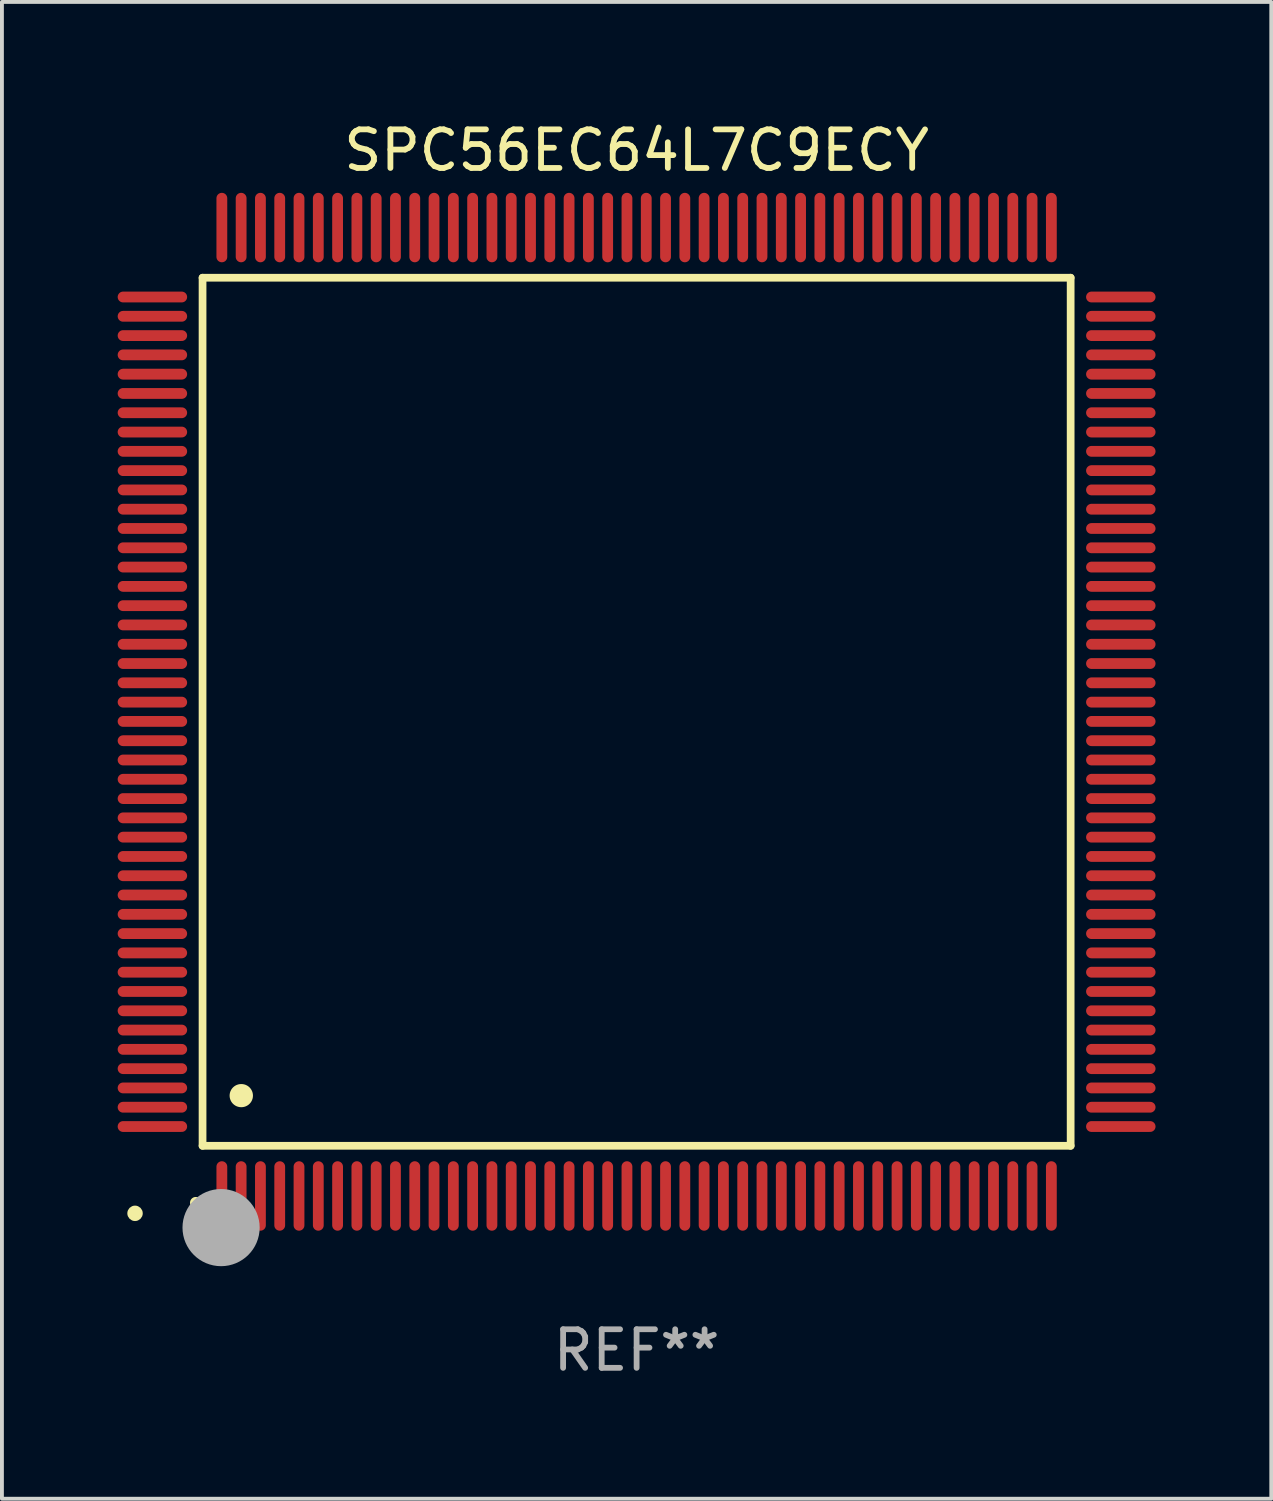
<source format=kicad_pcb>
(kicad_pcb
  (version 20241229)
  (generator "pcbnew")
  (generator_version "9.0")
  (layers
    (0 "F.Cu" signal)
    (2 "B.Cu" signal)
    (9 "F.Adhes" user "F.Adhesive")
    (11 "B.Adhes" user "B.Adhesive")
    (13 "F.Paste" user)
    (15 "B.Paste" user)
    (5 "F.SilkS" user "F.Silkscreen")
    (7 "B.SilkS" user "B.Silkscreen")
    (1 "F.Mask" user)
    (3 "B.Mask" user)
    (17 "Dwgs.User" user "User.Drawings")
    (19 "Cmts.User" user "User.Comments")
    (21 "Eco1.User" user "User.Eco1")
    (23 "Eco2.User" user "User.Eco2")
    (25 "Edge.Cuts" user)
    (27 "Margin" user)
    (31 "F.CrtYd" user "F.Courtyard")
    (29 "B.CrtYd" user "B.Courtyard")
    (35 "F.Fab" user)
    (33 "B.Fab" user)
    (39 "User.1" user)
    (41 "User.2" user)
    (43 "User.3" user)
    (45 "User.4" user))
  (footprint "SPC56EC64L7C9ECY"
    (layer "F.Cu")
    (at 13.45 15.398)
    (property "Reference" "SPC56EC64L7C9ECY" (at 0 -14.55 0) (layer "F.SilkS") (effects (font (size 1 1) (thickness 0.15))))
    (attr through_hole)
    (fp_line (start -11.25 -11.25) (end 11.25 -11.25) (stroke (width 0.2) (type solid)) (layer "F.SilkS"))
    (fp_line (start -11.25 11.25) (end -11.25 -11.25) (stroke (width 0.2) (type solid)) (layer "F.SilkS"))
    (fp_line (start 11.25 -11.25) (end 11.25 11.25) (stroke (width 0.2) (type solid)) (layer "F.SilkS"))
    (fp_line (start 11.25 11.25) (end -11.25 11.25) (stroke (width 0.2) (type solid)) (layer "F.SilkS"))
    (fp_arc (start -11.424943 12.725425) (mid -11.423673 12.72542) (end -11.422403 12.725425) (stroke (width 0.3) (type solid)) (layer "F.SilkS"))
    (fp_arc (start -10.24892 9.9492) (mid -10.24638 9.949189) (end -10.24384 9.9492) (stroke (width 0.6) (type solid)) (layer "F.SilkS"))
    (fp_circle (center -13 13) (end -12.9 13) (stroke (width 0.2) (type solid)) (fill no) (layer "F.SilkS"))
    (fp_circle (center -10.77 13.37) (end -10.27 13.37) (stroke (width 1) (type solid)) (fill no) (layer "F.Fab"))
    (fp_text user "REF**" (at 0 16.55 0) (layer "F.Fab") (effects (font (size 1 1) (thickness 0.15))))
    (pad "1" smd oval (at -10.75 12.55) (size 0.28 1.8) (layers "F.Cu" "F.Mask" "F.Paste"))
    (pad "2" smd oval (at -10.25 12.55) (size 0.28 1.8) (layers "F.Cu" "F.Mask" "F.Paste"))
    (pad "3" smd oval (at -9.75 12.55) (size 0.28 1.8) (layers "F.Cu" "F.Mask" "F.Paste"))
    (pad "4" smd oval (at -9.25 12.55) (size 0.28 1.8) (layers "F.Cu" "F.Mask" "F.Paste"))
    (pad "5" smd oval (at -8.75 12.55) (size 0.28 1.8) (layers "F.Cu" "F.Mask" "F.Paste"))
    (pad "6" smd oval (at -8.25 12.55) (size 0.28 1.8) (layers "F.Cu" "F.Mask" "F.Paste"))
    (pad "7" smd oval (at -7.75 12.55) (size 0.28 1.8) (layers "F.Cu" "F.Mask" "F.Paste"))
    (pad "8" smd oval (at -7.25 12.55) (size 0.28 1.8) (layers "F.Cu" "F.Mask" "F.Paste"))
    (pad "9" smd oval (at -6.75 12.55) (size 0.28 1.8) (layers "F.Cu" "F.Mask" "F.Paste"))
    (pad "10" smd oval (at -6.25 12.55) (size 0.28 1.8) (layers "F.Cu" "F.Mask" "F.Paste"))
    (pad "11" smd oval (at -5.75 12.55) (size 0.28 1.8) (layers "F.Cu" "F.Mask" "F.Paste"))
    (pad "12" smd oval (at -5.25 12.55) (size 0.28 1.8) (layers "F.Cu" "F.Mask" "F.Paste"))
    (pad "13" smd oval (at -4.75 12.55) (size 0.28 1.8) (layers "F.Cu" "F.Mask" "F.Paste"))
    (pad "14" smd oval (at -4.25 12.55) (size 0.28 1.8) (layers "F.Cu" "F.Mask" "F.Paste"))
    (pad "15" smd oval (at -3.75 12.55) (size 0.28 1.8) (layers "F.Cu" "F.Mask" "F.Paste"))
    (pad "16" smd oval (at -3.25 12.55) (size 0.28 1.8) (layers "F.Cu" "F.Mask" "F.Paste"))
    (pad "17" smd oval (at -2.75 12.55) (size 0.28 1.8) (layers "F.Cu" "F.Mask" "F.Paste"))
    (pad "18" smd oval (at -2.25 12.55) (size 0.28 1.8) (layers "F.Cu" "F.Mask" "F.Paste"))
    (pad "19" smd oval (at -1.75 12.55) (size 0.28 1.8) (layers "F.Cu" "F.Mask" "F.Paste"))
    (pad "20" smd oval (at -1.25 12.55) (size 0.28 1.8) (layers "F.Cu" "F.Mask" "F.Paste"))
    (pad "21" smd oval (at -0.75 12.55) (size 0.28 1.8) (layers "F.Cu" "F.Mask" "F.Paste"))
    (pad "22" smd oval (at -0.25 12.55) (size 0.28 1.8) (layers "F.Cu" "F.Mask" "F.Paste"))
    (pad "23" smd oval (at 0.25 12.55) (size 0.28 1.8) (layers "F.Cu" "F.Mask" "F.Paste"))
    (pad "24" smd oval (at 0.75 12.55) (size 0.28 1.8) (layers "F.Cu" "F.Mask" "F.Paste"))
    (pad "25" smd oval (at 1.25 12.55) (size 0.28 1.8) (layers "F.Cu" "F.Mask" "F.Paste"))
    (pad "26" smd oval (at 1.75 12.55) (size 0.28 1.8) (layers "F.Cu" "F.Mask" "F.Paste"))
    (pad "27" smd oval (at 2.25 12.55) (size 0.28 1.8) (layers "F.Cu" "F.Mask" "F.Paste"))
    (pad "28" smd oval (at 2.75 12.55) (size 0.28 1.8) (layers "F.Cu" "F.Mask" "F.Paste"))
    (pad "29" smd oval (at 3.25 12.55) (size 0.28 1.8) (layers "F.Cu" "F.Mask" "F.Paste"))
    (pad "30" smd oval (at 3.75 12.55) (size 0.28 1.8) (layers "F.Cu" "F.Mask" "F.Paste"))
    (pad "31" smd oval (at 4.25 12.55) (size 0.28 1.8) (layers "F.Cu" "F.Mask" "F.Paste"))
    (pad "32" smd oval (at 4.75 12.55) (size 0.28 1.8) (layers "F.Cu" "F.Mask" "F.Paste"))
    (pad "33" smd oval (at 5.25 12.55) (size 0.28 1.8) (layers "F.Cu" "F.Mask" "F.Paste"))
    (pad "34" smd oval (at 5.75 12.55) (size 0.28 1.8) (layers "F.Cu" "F.Mask" "F.Paste"))
    (pad "35" smd oval (at 6.25 12.55) (size 0.28 1.8) (layers "F.Cu" "F.Mask" "F.Paste"))
    (pad "36" smd oval (at 6.75 12.55) (size 0.28 1.8) (layers "F.Cu" "F.Mask" "F.Paste"))
    (pad "37" smd oval (at 7.25 12.55) (size 0.28 1.8) (layers "F.Cu" "F.Mask" "F.Paste"))
    (pad "38" smd oval (at 7.75 12.55) (size 0.28 1.8) (layers "F.Cu" "F.Mask" "F.Paste"))
    (pad "39" smd oval (at 8.25 12.55) (size 0.28 1.8) (layers "F.Cu" "F.Mask" "F.Paste"))
    (pad "40" smd oval (at 8.75 12.55) (size 0.28 1.8) (layers "F.Cu" "F.Mask" "F.Paste"))
    (pad "41" smd oval (at 9.25 12.55) (size 0.28 1.8) (layers "F.Cu" "F.Mask" "F.Paste"))
    (pad "42" smd oval (at 9.75 12.55) (size 0.28 1.8) (layers "F.Cu" "F.Mask" "F.Paste"))
    (pad "43" smd oval (at 10.25 12.55) (size 0.28 1.8) (layers "F.Cu" "F.Mask" "F.Paste"))
    (pad "44" smd oval (at 10.75 12.55) (size 0.28 1.8) (layers "F.Cu" "F.Mask" "F.Paste"))
    (pad "45" smd oval (at 12.55 10.75) (size 1.8 0.28) (layers "F.Cu" "F.Mask" "F.Paste"))
    (pad "46" smd oval (at 12.55 10.25) (size 1.8 0.28) (layers "F.Cu" "F.Mask" "F.Paste"))
    (pad "47" smd oval (at 12.55 9.75) (size 1.8 0.28) (layers "F.Cu" "F.Mask" "F.Paste"))
    (pad "48" smd oval (at 12.55 9.25) (size 1.8 0.28) (layers "F.Cu" "F.Mask" "F.Paste"))
    (pad "49" smd oval (at 12.55 8.75) (size 1.8 0.28) (layers "F.Cu" "F.Mask" "F.Paste"))
    (pad "50" smd oval (at 12.55 8.25) (size 1.8 0.28) (layers "F.Cu" "F.Mask" "F.Paste"))
    (pad "51" smd oval (at 12.55 7.75) (size 1.8 0.28) (layers "F.Cu" "F.Mask" "F.Paste"))
    (pad "52" smd oval (at 12.55 7.25) (size 1.8 0.28) (layers "F.Cu" "F.Mask" "F.Paste"))
    (pad "53" smd oval (at 12.55 6.75) (size 1.8 0.28) (layers "F.Cu" "F.Mask" "F.Paste"))
    (pad "54" smd oval (at 12.55 6.25) (size 1.8 0.28) (layers "F.Cu" "F.Mask" "F.Paste"))
    (pad "55" smd oval (at 12.55 5.75) (size 1.8 0.28) (layers "F.Cu" "F.Mask" "F.Paste"))
    (pad "56" smd oval (at 12.55 5.25) (size 1.8 0.28) (layers "F.Cu" "F.Mask" "F.Paste"))
    (pad "57" smd oval (at 12.55 4.75) (size 1.8 0.28) (layers "F.Cu" "F.Mask" "F.Paste"))
    (pad "58" smd oval (at 12.55 4.25) (size 1.8 0.28) (layers "F.Cu" "F.Mask" "F.Paste"))
    (pad "59" smd oval (at 12.55 3.75) (size 1.8 0.28) (layers "F.Cu" "F.Mask" "F.Paste"))
    (pad "60" smd oval (at 12.55 3.25) (size 1.8 0.28) (layers "F.Cu" "F.Mask" "F.Paste"))
    (pad "61" smd oval (at 12.55 2.75) (size 1.8 0.28) (layers "F.Cu" "F.Mask" "F.Paste"))
    (pad "62" smd oval (at 12.55 2.25) (size 1.8 0.28) (layers "F.Cu" "F.Mask" "F.Paste"))
    (pad "63" smd oval (at 12.55 1.75) (size 1.8 0.28) (layers "F.Cu" "F.Mask" "F.Paste"))
    (pad "64" smd oval (at 12.55 1.25) (size 1.8 0.28) (layers "F.Cu" "F.Mask" "F.Paste"))
    (pad "65" smd oval (at 12.55 0.75) (size 1.8 0.28) (layers "F.Cu" "F.Mask" "F.Paste"))
    (pad "66" smd oval (at 12.55 0.25) (size 1.8 0.28) (layers "F.Cu" "F.Mask" "F.Paste"))
    (pad "67" smd oval (at 12.55 -0.25) (size 1.8 0.28) (layers "F.Cu" "F.Mask" "F.Paste"))
    (pad "68" smd oval (at 12.55 -0.75) (size 1.8 0.28) (layers "F.Cu" "F.Mask" "F.Paste"))
    (pad "69" smd oval (at 12.55 -1.25) (size 1.8 0.28) (layers "F.Cu" "F.Mask" "F.Paste"))
    (pad "70" smd oval (at 12.55 -1.75) (size 1.8 0.28) (layers "F.Cu" "F.Mask" "F.Paste"))
    (pad "71" smd oval (at 12.55 -2.25) (size 1.8 0.28) (layers "F.Cu" "F.Mask" "F.Paste"))
    (pad "72" smd oval (at 12.55 -2.75) (size 1.8 0.28) (layers "F.Cu" "F.Mask" "F.Paste"))
    (pad "73" smd oval (at 12.55 -3.25) (size 1.8 0.28) (layers "F.Cu" "F.Mask" "F.Paste"))
    (pad "74" smd oval (at 12.55 -3.75) (size 1.8 0.28) (layers "F.Cu" "F.Mask" "F.Paste"))
    (pad "75" smd oval (at 12.55 -4.25) (size 1.8 0.28) (layers "F.Cu" "F.Mask" "F.Paste"))
    (pad "76" smd oval (at 12.55 -4.75) (size 1.8 0.28) (layers "F.Cu" "F.Mask" "F.Paste"))
    (pad "77" smd oval (at 12.55 -5.25) (size 1.8 0.28) (layers "F.Cu" "F.Mask" "F.Paste"))
    (pad "78" smd oval (at 12.55 -5.75) (size 1.8 0.28) (layers "F.Cu" "F.Mask" "F.Paste"))
    (pad "79" smd oval (at 12.55 -6.25) (size 1.8 0.28) (layers "F.Cu" "F.Mask" "F.Paste"))
    (pad "80" smd oval (at 12.55 -6.75) (size 1.8 0.28) (layers "F.Cu" "F.Mask" "F.Paste"))
    (pad "81" smd oval (at 12.55 -7.25) (size 1.8 0.28) (layers "F.Cu" "F.Mask" "F.Paste"))
    (pad "82" smd oval (at 12.55 -7.75) (size 1.8 0.28) (layers "F.Cu" "F.Mask" "F.Paste"))
    (pad "83" smd oval (at 12.55 -8.25) (size 1.8 0.28) (layers "F.Cu" "F.Mask" "F.Paste"))
    (pad "84" smd oval (at 12.55 -8.75) (size 1.8 0.28) (layers "F.Cu" "F.Mask" "F.Paste"))
    (pad "85" smd oval (at 12.55 -9.25) (size 1.8 0.28) (layers "F.Cu" "F.Mask" "F.Paste"))
    (pad "86" smd oval (at 12.55 -9.75) (size 1.8 0.28) (layers "F.Cu" "F.Mask" "F.Paste"))
    (pad "87" smd oval (at 12.55 -10.25) (size 1.8 0.28) (layers "F.Cu" "F.Mask" "F.Paste"))
    (pad "88" smd oval (at 12.55 -10.75) (size 1.8 0.28) (layers "F.Cu" "F.Mask" "F.Paste"))
    (pad "89" smd oval (at 10.75 -12.55) (size 0.28 1.8) (layers "F.Cu" "F.Mask" "F.Paste"))
    (pad "90" smd oval (at 10.25 -12.55) (size 0.28 1.8) (layers "F.Cu" "F.Mask" "F.Paste"))
    (pad "91" smd oval (at 9.75 -12.55) (size 0.28 1.8) (layers "F.Cu" "F.Mask" "F.Paste"))
    (pad "92" smd oval (at 9.25 -12.55) (size 0.28 1.8) (layers "F.Cu" "F.Mask" "F.Paste"))
    (pad "93" smd oval (at 8.75 -12.55) (size 0.28 1.8) (layers "F.Cu" "F.Mask" "F.Paste"))
    (pad "94" smd oval (at 8.25 -12.55) (size 0.28 1.8) (layers "F.Cu" "F.Mask" "F.Paste"))
    (pad "95" smd oval (at 7.75 -12.55) (size 0.28 1.8) (layers "F.Cu" "F.Mask" "F.Paste"))
    (pad "96" smd oval (at 7.25 -12.55) (size 0.28 1.8) (layers "F.Cu" "F.Mask" "F.Paste"))
    (pad "97" smd oval (at 6.75 -12.55) (size 0.28 1.8) (layers "F.Cu" "F.Mask" "F.Paste"))
    (pad "98" smd oval (at 6.25 -12.55) (size 0.28 1.8) (layers "F.Cu" "F.Mask" "F.Paste"))
    (pad "99" smd oval (at 5.75 -12.55) (size 0.28 1.8) (layers "F.Cu" "F.Mask" "F.Paste"))
    (pad "100" smd oval (at 5.25 -12.55) (size 0.28 1.8) (layers "F.Cu" "F.Mask" "F.Paste"))
    (pad "101" smd oval (at 4.75 -12.55) (size 0.28 1.8) (layers "F.Cu" "F.Mask" "F.Paste"))
    (pad "102" smd oval (at 4.25 -12.55) (size 0.28 1.8) (layers "F.Cu" "F.Mask" "F.Paste"))
    (pad "103" smd oval (at 3.75 -12.55) (size 0.28 1.8) (layers "F.Cu" "F.Mask" "F.Paste"))
    (pad "104" smd oval (at 3.25 -12.55) (size 0.28 1.8) (layers "F.Cu" "F.Mask" "F.Paste"))
    (pad "105" smd oval (at 2.75 -12.55) (size 0.28 1.8) (layers "F.Cu" "F.Mask" "F.Paste"))
    (pad "106" smd oval (at 2.25 -12.55) (size 0.28 1.8) (layers "F.Cu" "F.Mask" "F.Paste"))
    (pad "107" smd oval (at 1.75 -12.55) (size 0.28 1.8) (layers "F.Cu" "F.Mask" "F.Paste"))
    (pad "108" smd oval (at 1.25 -12.55) (size 0.28 1.8) (layers "F.Cu" "F.Mask" "F.Paste"))
    (pad "109" smd oval (at 0.75 -12.55) (size 0.28 1.8) (layers "F.Cu" "F.Mask" "F.Paste"))
    (pad "110" smd oval (at 0.25 -12.55) (size 0.28 1.8) (layers "F.Cu" "F.Mask" "F.Paste"))
    (pad "111" smd oval (at -0.25 -12.55) (size 0.28 1.8) (layers "F.Cu" "F.Mask" "F.Paste"))
    (pad "112" smd oval (at -0.75 -12.55) (size 0.28 1.8) (layers "F.Cu" "F.Mask" "F.Paste"))
    (pad "113" smd oval (at -1.25 -12.55) (size 0.28 1.8) (layers "F.Cu" "F.Mask" "F.Paste"))
    (pad "114" smd oval (at -1.75 -12.55) (size 0.28 1.8) (layers "F.Cu" "F.Mask" "F.Paste"))
    (pad "115" smd oval (at -2.25 -12.55) (size 0.28 1.8) (layers "F.Cu" "F.Mask" "F.Paste"))
    (pad "116" smd oval (at -2.75 -12.55) (size 0.28 1.8) (layers "F.Cu" "F.Mask" "F.Paste"))
    (pad "117" smd oval (at -3.25 -12.55) (size 0.28 1.8) (layers "F.Cu" "F.Mask" "F.Paste"))
    (pad "118" smd oval (at -3.75 -12.55) (size 0.28 1.8) (layers "F.Cu" "F.Mask" "F.Paste"))
    (pad "119" smd oval (at -4.25 -12.55) (size 0.28 1.8) (layers "F.Cu" "F.Mask" "F.Paste"))
    (pad "120" smd oval (at -4.75 -12.55) (size 0.28 1.8) (layers "F.Cu" "F.Mask" "F.Paste"))
    (pad "121" smd oval (at -5.25 -12.55) (size 0.28 1.8) (layers "F.Cu" "F.Mask" "F.Paste"))
    (pad "122" smd oval (at -5.75 -12.55) (size 0.28 1.8) (layers "F.Cu" "F.Mask" "F.Paste"))
    (pad "123" smd oval (at -6.25 -12.55) (size 0.28 1.8) (layers "F.Cu" "F.Mask" "F.Paste"))
    (pad "124" smd oval (at -6.75 -12.55) (size 0.28 1.8) (layers "F.Cu" "F.Mask" "F.Paste"))
    (pad "125" smd oval (at -7.25 -12.55) (size 0.28 1.8) (layers "F.Cu" "F.Mask" "F.Paste"))
    (pad "126" smd oval (at -7.75 -12.55) (size 0.28 1.8) (layers "F.Cu" "F.Mask" "F.Paste"))
    (pad "127" smd oval (at -8.25 -12.55) (size 0.28 1.8) (layers "F.Cu" "F.Mask" "F.Paste"))
    (pad "128" smd oval (at -8.75 -12.55) (size 0.28 1.8) (layers "F.Cu" "F.Mask" "F.Paste"))
    (pad "129" smd oval (at -9.25 -12.55) (size 0.28 1.8) (layers "F.Cu" "F.Mask" "F.Paste"))
    (pad "130" smd oval (at -9.75 -12.55) (size 0.28 1.8) (layers "F.Cu" "F.Mask" "F.Paste"))
    (pad "131" smd oval (at -10.25 -12.55) (size 0.28 1.8) (layers "F.Cu" "F.Mask" "F.Paste"))
    (pad "132" smd oval (at -10.75 -12.55) (size 0.28 1.8) (layers "F.Cu" "F.Mask" "F.Paste"))
    (pad "133" smd oval (at -12.55 -10.75) (size 1.8 0.28) (layers "F.Cu" "F.Mask" "F.Paste"))
    (pad "134" smd oval (at -12.55 -10.25) (size 1.8 0.28) (layers "F.Cu" "F.Mask" "F.Paste"))
    (pad "135" smd oval (at -12.55 -9.75) (size 1.8 0.28) (layers "F.Cu" "F.Mask" "F.Paste"))
    (pad "136" smd oval (at -12.55 -9.25) (size 1.8 0.28) (layers "F.Cu" "F.Mask" "F.Paste"))
    (pad "137" smd oval (at -12.55 -8.75) (size 1.8 0.28) (layers "F.Cu" "F.Mask" "F.Paste"))
    (pad "138" smd oval (at -12.55 -8.25) (size 1.8 0.28) (layers "F.Cu" "F.Mask" "F.Paste"))
    (pad "139" smd oval (at -12.55 -7.75) (size 1.8 0.28) (layers "F.Cu" "F.Mask" "F.Paste"))
    (pad "140" smd oval (at -12.55 -7.25) (size 1.8 0.28) (layers "F.Cu" "F.Mask" "F.Paste"))
    (pad "141" smd oval (at -12.55 -6.75) (size 1.8 0.28) (layers "F.Cu" "F.Mask" "F.Paste"))
    (pad "142" smd oval (at -12.55 -6.25) (size 1.8 0.28) (layers "F.Cu" "F.Mask" "F.Paste"))
    (pad "143" smd oval (at -12.55 -5.75) (size 1.8 0.28) (layers "F.Cu" "F.Mask" "F.Paste"))
    (pad "144" smd oval (at -12.55 -5.25) (size 1.8 0.28) (layers "F.Cu" "F.Mask" "F.Paste"))
    (pad "145" smd oval (at -12.55 -4.75) (size 1.8 0.28) (layers "F.Cu" "F.Mask" "F.Paste"))
    (pad "146" smd oval (at -12.55 -4.25) (size 1.8 0.28) (layers "F.Cu" "F.Mask" "F.Paste"))
    (pad "147" smd oval (at -12.55 -3.75) (size 1.8 0.28) (layers "F.Cu" "F.Mask" "F.Paste"))
    (pad "148" smd oval (at -12.55 -3.25) (size 1.8 0.28) (layers "F.Cu" "F.Mask" "F.Paste"))
    (pad "149" smd oval (at -12.55 -2.75) (size 1.8 0.28) (layers "F.Cu" "F.Mask" "F.Paste"))
    (pad "150" smd oval (at -12.55 -2.25) (size 1.8 0.28) (layers "F.Cu" "F.Mask" "F.Paste"))
    (pad "151" smd oval (at -12.55 -1.75) (size 1.8 0.28) (layers "F.Cu" "F.Mask" "F.Paste"))
    (pad "152" smd oval (at -12.55 -1.25) (size 1.8 0.28) (layers "F.Cu" "F.Mask" "F.Paste"))
    (pad "153" smd oval (at -12.55 -0.75) (size 1.8 0.28) (layers "F.Cu" "F.Mask" "F.Paste"))
    (pad "154" smd oval (at -12.55 -0.25) (size 1.8 0.28) (layers "F.Cu" "F.Mask" "F.Paste"))
    (pad "155" smd oval (at -12.55 0.25) (size 1.8 0.28) (layers "F.Cu" "F.Mask" "F.Paste"))
    (pad "156" smd oval (at -12.55 0.75) (size 1.8 0.28) (layers "F.Cu" "F.Mask" "F.Paste"))
    (pad "157" smd oval (at -12.55 1.25) (size 1.8 0.28) (layers "F.Cu" "F.Mask" "F.Paste"))
    (pad "158" smd oval (at -12.55 1.75) (size 1.8 0.28) (layers "F.Cu" "F.Mask" "F.Paste"))
    (pad "159" smd oval (at -12.55 2.25) (size 1.8 0.28) (layers "F.Cu" "F.Mask" "F.Paste"))
    (pad "160" smd oval (at -12.55 2.75) (size 1.8 0.28) (layers "F.Cu" "F.Mask" "F.Paste"))
    (pad "161" smd oval (at -12.55 3.25) (size 1.8 0.28) (layers "F.Cu" "F.Mask" "F.Paste"))
    (pad "162" smd oval (at -12.55 3.75) (size 1.8 0.28) (layers "F.Cu" "F.Mask" "F.Paste"))
    (pad "163" smd oval (at -12.55 4.25) (size 1.8 0.28) (layers "F.Cu" "F.Mask" "F.Paste"))
    (pad "164" smd oval (at -12.55 4.75) (size 1.8 0.28) (layers "F.Cu" "F.Mask" "F.Paste"))
    (pad "165" smd oval (at -12.55 5.25) (size 1.8 0.28) (layers "F.Cu" "F.Mask" "F.Paste"))
    (pad "166" smd oval (at -12.55 5.75) (size 1.8 0.28) (layers "F.Cu" "F.Mask" "F.Paste"))
    (pad "167" smd oval (at -12.55 6.25) (size 1.8 0.28) (layers "F.Cu" "F.Mask" "F.Paste"))
    (pad "168" smd oval (at -12.55 6.75) (size 1.8 0.28) (layers "F.Cu" "F.Mask" "F.Paste"))
    (pad "169" smd oval (at -12.55 7.25) (size 1.8 0.28) (layers "F.Cu" "F.Mask" "F.Paste"))
    (pad "170" smd oval (at -12.55 7.75) (size 1.8 0.28) (layers "F.Cu" "F.Mask" "F.Paste"))
    (pad "171" smd oval (at -12.55 8.25) (size 1.8 0.28) (layers "F.Cu" "F.Mask" "F.Paste"))
    (pad "172" smd oval (at -12.55 8.75) (size 1.8 0.28) (layers "F.Cu" "F.Mask" "F.Paste"))
    (pad "173" smd oval (at -12.55 9.25) (size 1.8 0.28) (layers "F.Cu" "F.Mask" "F.Paste"))
    (pad "174" smd oval (at -12.55 9.75) (size 1.8 0.28) (layers "F.Cu" "F.Mask" "F.Paste"))
    (pad "175" smd oval (at -12.55 10.25) (size 1.8 0.28) (layers "F.Cu" "F.Mask" "F.Paste"))
    (pad "176" smd oval (at -12.55 10.75) (size 1.8 0.28) (layers "F.Cu" "F.Mask" "F.Paste")))
  (gr_rect
    (start -3 -3)
    (end 29.9 35.796)
    (stroke (width 0.1) (type default))
    (fill no)
    (layer "Edge.Cuts")))
</source>
